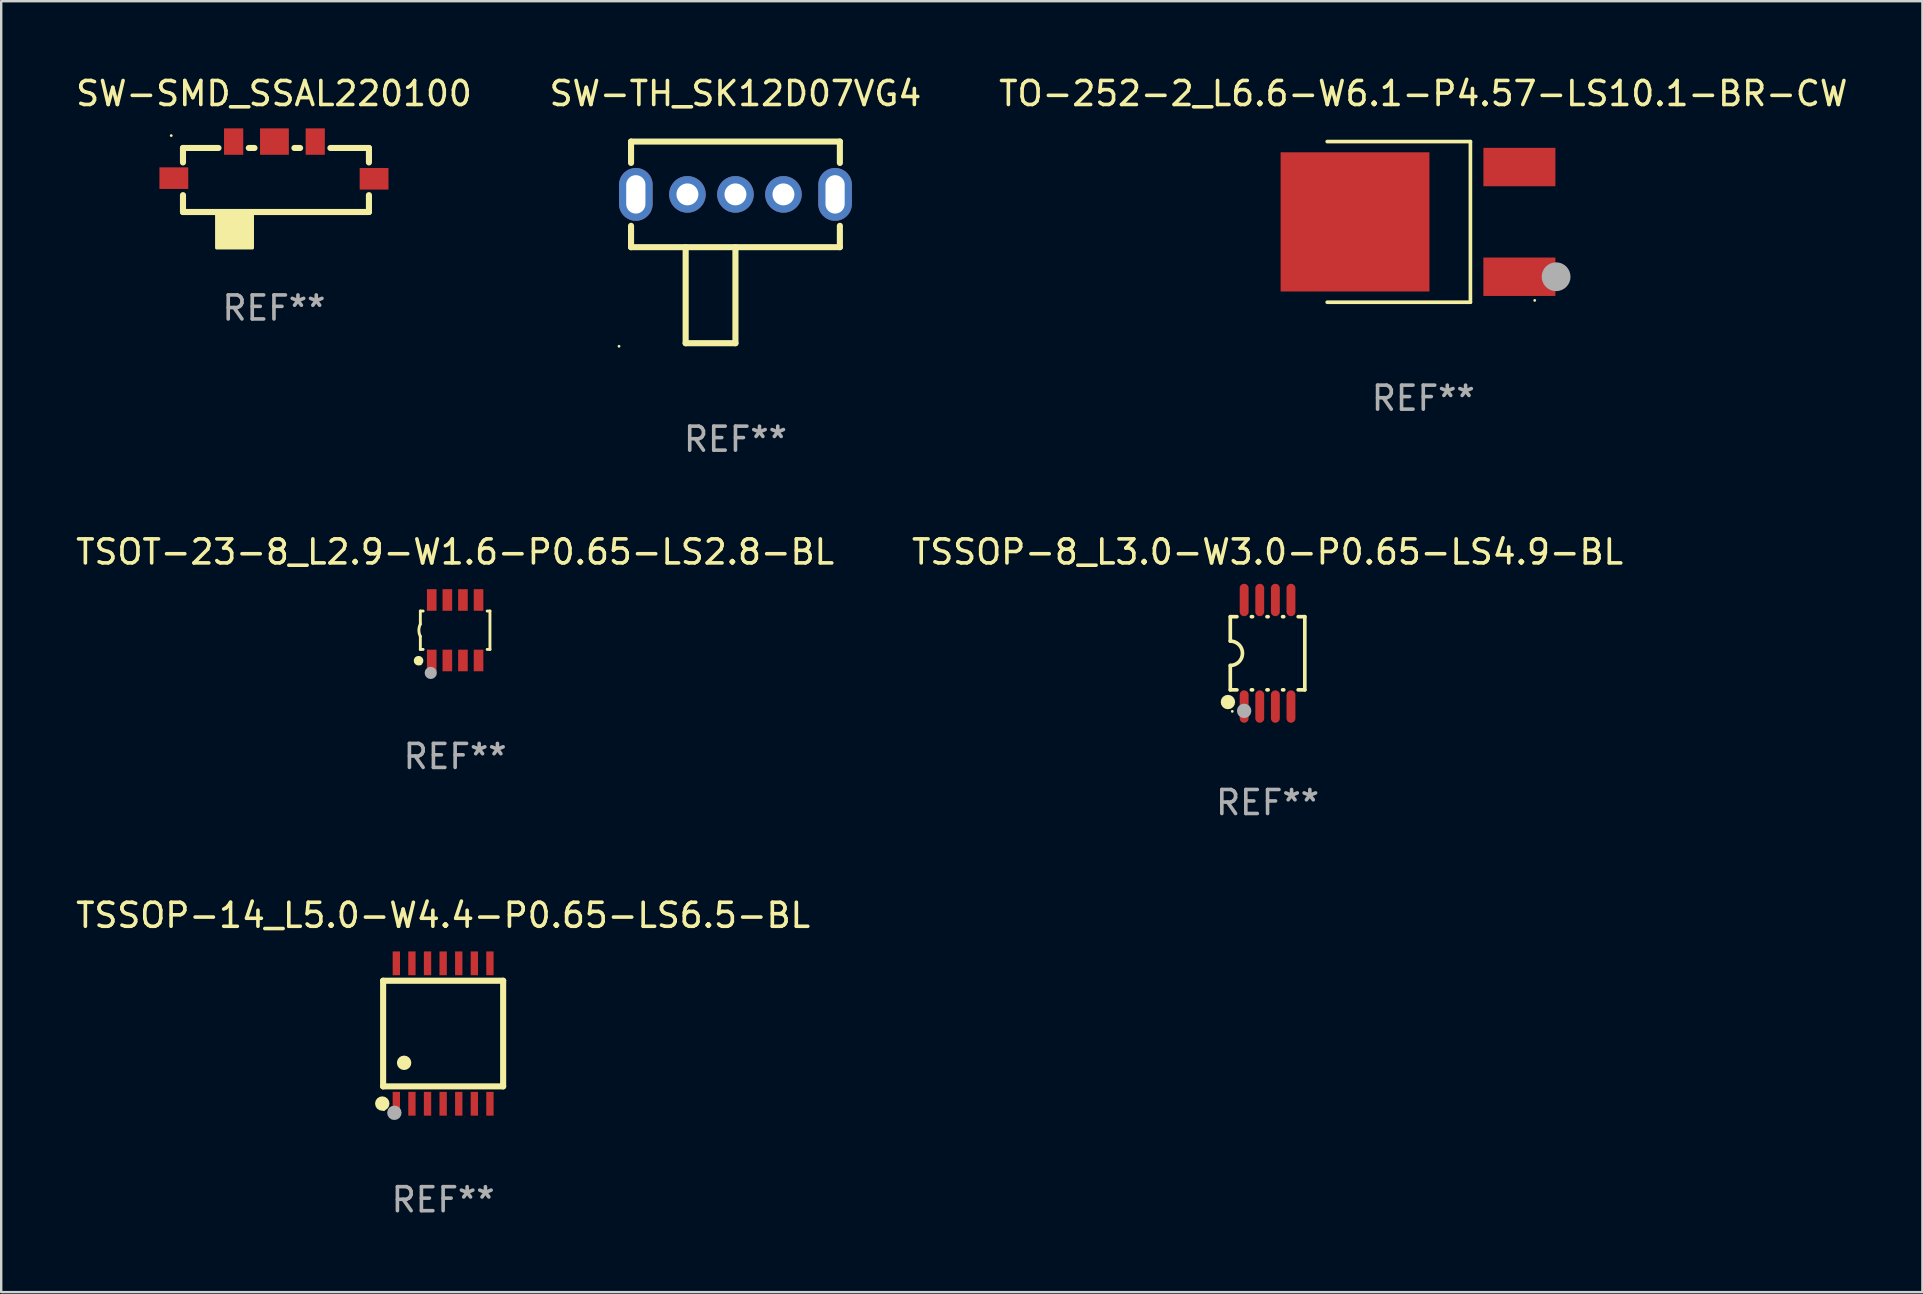
<source format=kicad_pcb>
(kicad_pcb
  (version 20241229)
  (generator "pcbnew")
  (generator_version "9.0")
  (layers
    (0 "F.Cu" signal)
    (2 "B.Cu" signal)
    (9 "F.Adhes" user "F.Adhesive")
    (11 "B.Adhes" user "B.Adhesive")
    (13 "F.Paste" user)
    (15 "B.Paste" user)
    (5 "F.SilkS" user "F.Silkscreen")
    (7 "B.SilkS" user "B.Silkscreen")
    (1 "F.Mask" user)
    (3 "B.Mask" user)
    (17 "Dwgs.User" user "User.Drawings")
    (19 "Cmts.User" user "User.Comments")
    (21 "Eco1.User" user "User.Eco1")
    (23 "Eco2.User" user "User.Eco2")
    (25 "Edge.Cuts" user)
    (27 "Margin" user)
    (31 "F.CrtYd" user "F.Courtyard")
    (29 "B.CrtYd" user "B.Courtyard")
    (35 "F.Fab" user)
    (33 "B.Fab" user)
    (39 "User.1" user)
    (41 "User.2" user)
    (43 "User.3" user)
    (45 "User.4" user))
  (footprint "SW-SMD_SSAL220100"
    (layer "F.Cu")
    (at 8.363 4.315)
    (property "Reference" "SW-SMD_SSAL220100" (at 0 -3.467 0) (layer "F.SilkS") (effects (font (size 1 1) (thickness 0.15))))
    (attr through_hole)
    (fp_line (start -3.79 -1.2) (end -3.79 -0.598) (stroke (width 0.254) (type solid)) (layer "F.SilkS"))
    (fp_line (start -3.79 0.764) (end -3.79 1.467) (stroke (width 0.254) (type solid)) (layer "F.SilkS"))
    (fp_line (start -3.79 1.467) (end 3.957 1.467) (stroke (width 0.254) (type solid)) (layer "F.SilkS"))
    (fp_line (start -2.311 -1.2) (end -3.79 -1.2) (stroke (width 0.254) (type solid)) (layer "F.SilkS"))
    (fp_line (start -0.811 -1.2) (end -1.048 -1.2) (stroke (width 0.254) (type solid)) (layer "F.SilkS"))
    (fp_line (start 1.089 -1.2) (end 0.852 -1.2) (stroke (width 0.254) (type solid)) (layer "F.SilkS"))
    (fp_line (start 3.957 -1.2) (end 2.352 -1.2) (stroke (width 0.254) (type solid)) (layer "F.SilkS"))
    (fp_line (start 3.957 -0.598) (end 3.957 -1.2) (stroke (width 0.254) (type solid)) (layer "F.SilkS"))
    (fp_line (start 3.957 1.467) (end 3.957 0.764) (stroke (width 0.254) (type solid)) (layer "F.SilkS"))
    (fp_circle (center -4.28 -1.717) (end -4.25 -1.717) (stroke (width 0.06) (type solid)) (fill no) (layer "F.SilkS"))
    (fp_poly (pts (xy -2.393 1.467) (xy -0.892 1.467) (xy -0.892 2.967) (xy -2.393 2.967)) (stroke (width 0.12) (type solid)) (fill yes) (layer "F.SilkS"))
    (fp_text user "REF**" (at 0 5.467 0) (layer "F.Fab") (effects (font (size 1 1) (thickness 0.15))))
    (pad "0" smd rect (at -4.171 0.057) (size 1.2 0.9) (layers "F.Cu" "F.Mask" "F.Paste"))
    (pad "0" smd rect (at 4.171 0.083) (size 1.2 0.9) (layers "F.Cu" "F.Mask" "F.Paste"))
    (pad "1" smd rect (at -1.68 -1.467) (size 0.8 1.1) (layers "F.Cu" "F.Mask" "F.Paste"))
    (pad "2" smd rect (at 0.02 -1.467) (size 1.2 1.1) (layers "F.Cu" "F.Mask" "F.Paste"))
    (pad "3" smd rect (at 1.72 -1.467) (size 0.8 1.1) (layers "F.Cu" "F.Mask" "F.Paste")))
  (footprint "TO-252-2_L6.6-W6.1-P4.57-LS10.1-BR-CW"
    (layer "F.Cu")
    (at 56.244 6.194)
    (property "Reference" "TO-252-2_L6.6-W6.1-P4.57-LS10.1-BR-CW" (at 0 -5.346 0) (layer "F.SilkS") (effects (font (size 1 1) (thickness 0.15))))
    (attr through_hole)
    (fp_line (start -4.004 -3.346) (end 1.963 -3.346) (stroke (width 0.152) (type solid)) (layer "F.SilkS"))
    (fp_line (start -4.004 3.346) (end 1.963 3.346) (stroke (width 0.152) (type solid)) (layer "F.SilkS"))
    (fp_line (start 1.963 3.346) (end 1.963 -3.346) (stroke (width 0.152) (type solid)) (layer "F.SilkS"))
    (fp_circle (center 4.642 3.27) (end 4.672 3.27) (stroke (width 0.06) (type solid)) (fill no) (layer "F.SilkS"))
    (fp_circle (center 5.533 2.285) (end 5.833 2.285) (stroke (width 0.6) (type solid)) (fill no) (layer "F.Fab"))
    (fp_text user "REF**" (at 0 7.346 0) (layer "F.Fab") (effects (font (size 1 1) (thickness 0.15))))
    (pad "1" smd rect (at 4.003 2.285) (size 3 1.6) (layers "F.Cu" "F.Mask" "F.Paste"))
    (pad "2" smd rect (at -2.844 -0.000076) (size 6.2 5.8) (layers "F.Cu" "F.Mask" "F.Paste"))
    (pad "3" smd rect (at 4.004 -2.285) (size 3 1.6) (layers "F.Cu" "F.Mask" "F.Paste")))
  (footprint "TSSOP-14_L5.0-W4.4-P0.65-LS6.5-BL"
    (layer "F.Cu")
    (at 15.411 40.007)
    (property "Reference" "TSSOP-14_L5.0-W4.4-P0.65-LS6.5-BL" (at 0 -4.925 0) (layer "F.SilkS") (effects (font (size 1 1) (thickness 0.15))))
    (attr through_hole)
    (fp_line (start -2.5 2.2) (end -2.5 -2.2) (stroke (width 0.254) (type solid)) (layer "F.SilkS"))
    (fp_line (start -2.5 2.2) (end 2.5 2.2) (stroke (width 0.254) (type solid)) (layer "F.SilkS"))
    (fp_line (start 2.5 -2.2) (end -2.5 -2.2) (stroke (width 0.254) (type solid)) (layer "F.SilkS"))
    (fp_line (start 2.5 -2.2) (end 2.5 2.2) (stroke (width 0.254) (type solid)) (layer "F.SilkS"))
    (fp_circle (center -2.536 2.917) (end -2.386 2.917) (stroke (width 0.3) (type solid)) (fill no) (layer "F.SilkS"))
    (fp_circle (center -2.47 3.17) (end -2.44 3.17) (stroke (width 0.06) (type solid)) (fill no) (layer "F.SilkS"))
    (fp_circle (center -1.626 1.219) (end -1.475 1.219) (stroke (width 0.3) (type solid)) (fill no) (layer "F.SilkS"))
    (fp_circle (center -2.032 3.302) (end -1.882 3.302) (stroke (width 0.3) (type solid)) (fill no) (layer "F.Fab"))
    (fp_text user "REF**" (at 0 6.925 0) (layer "F.Fab") (effects (font (size 1 1) (thickness 0.15))))
    (pad "1" smd rect (at -1.95 2.925) (size 0.305 0.991) (layers "F.Cu" "F.Mask" "F.Paste"))
    (pad "2" smd rect (at -1.3 2.925) (size 0.305 0.991) (layers "F.Cu" "F.Mask" "F.Paste"))
    (pad "3" smd rect (at -0.65 2.925) (size 0.305 0.991) (layers "F.Cu" "F.Mask" "F.Paste"))
    (pad "4" smd rect (at 0 2.925) (size 0.305 0.991) (layers "F.Cu" "F.Mask" "F.Paste"))
    (pad "5" smd rect (at 0.65 2.925) (size 0.305 0.991) (layers "F.Cu" "F.Mask" "F.Paste"))
    (pad "6" smd rect (at 1.3 2.925) (size 0.305 0.991) (layers "F.Cu" "F.Mask" "F.Paste"))
    (pad "7" smd rect (at 1.95 2.925) (size 0.305 0.991) (layers "F.Cu" "F.Mask" "F.Paste"))
    (pad "8" smd rect (at 1.95 -2.925) (size 0.305 0.991) (layers "F.Cu" "F.Mask" "F.Paste"))
    (pad "9" smd rect (at 1.3 -2.925) (size 0.305 0.991) (layers "F.Cu" "F.Mask" "F.Paste"))
    (pad "10" smd rect (at 0.65 -2.925) (size 0.305 0.991) (layers "F.Cu" "F.Mask" "F.Paste"))
    (pad "11" smd rect (at 0 -2.925) (size 0.305 0.991) (layers "F.Cu" "F.Mask" "F.Paste"))
    (pad "12" smd rect (at -0.65 -2.925) (size 0.305 0.991) (layers "F.Cu" "F.Mask" "F.Paste"))
    (pad "13" smd rect (at -1.3 -2.925) (size 0.305 0.991) (layers "F.Cu" "F.Mask" "F.Paste"))
    (pad "14" smd rect (at -1.95 -2.925) (size 0.305 0.991) (layers "F.Cu" "F.Mask" "F.Paste")))
  (footprint "TSSOP-8_L3.0-W3.0-P0.65-LS4.9-BL"
    (layer "F.Cu")
    (at 49.756 24.165)
    (property "Reference" "TSSOP-8_L3.0-W3.0-P0.65-LS4.9-BL" (at 0 -4.22 0) (layer "F.SilkS") (effects (font (size 1 1) (thickness 0.15))))
    (attr through_hole)
    (fp_line (start -1.552 -1.524) (end -1.276 -1.524) (stroke (width 0.152) (type solid)) (layer "F.SilkS"))
    (fp_line (start -1.552 -0.508) (end -1.552 -1.524) (stroke (width 0.152) (type solid)) (layer "F.SilkS"))
    (fp_line (start -1.552 1.524) (end -1.552 0.508) (stroke (width 0.152) (type solid)) (layer "F.SilkS"))
    (fp_line (start -1.552 1.524) (end -1.276 1.524) (stroke (width 0.152) (type solid)) (layer "F.SilkS"))
    (fp_line (start -0.674 -1.524) (end -0.626 -1.524) (stroke (width 0.152) (type solid)) (layer "F.SilkS"))
    (fp_line (start -0.674 1.524) (end -0.626 1.524) (stroke (width 0.152) (type solid)) (layer "F.SilkS"))
    (fp_line (start -0.024 -1.524) (end 0.024 -1.524) (stroke (width 0.152) (type solid)) (layer "F.SilkS"))
    (fp_line (start -0.024 1.524) (end 0.024 1.524) (stroke (width 0.152) (type solid)) (layer "F.SilkS"))
    (fp_line (start 0.626 -1.524) (end 0.674 -1.524) (stroke (width 0.152) (type solid)) (layer "F.SilkS"))
    (fp_line (start 0.626 1.524) (end 0.674 1.524) (stroke (width 0.152) (type solid)) (layer "F.SilkS"))
    (fp_line (start 1.276 1.524) (end 1.552 1.524) (stroke (width 0.152) (type solid)) (layer "F.SilkS"))
    (fp_line (start 1.276 -1.524) (end 1.552 -1.524) (stroke (width 0.152) (type solid)) (layer "F.SilkS"))
    (fp_line (start 1.552 -1.524) (end 1.552 1.524) (stroke (width 0.152) (type solid)) (layer "F.SilkS"))
    (fp_arc (start -1.551943 -0.508001) (mid -1.043942 0) (end -1.551943 0.508001) (stroke (width 0.151994) (type solid)) (layer "F.SilkS"))
    (fp_circle (center -1.651 2.032) (end -1.501 2.032) (stroke (width 0.3) (type solid)) (fill no) (layer "F.SilkS"))
    (fp_circle (center -1.47 2.42) (end -1.44 2.42) (stroke (width 0.06) (type solid)) (fill no) (layer "F.SilkS"))
    (fp_circle (center -0.975 2.4) (end -0.825 2.4) (stroke (width 0.3) (type solid)) (fill no) (layer "F.Fab"))
    (fp_text user "REF**" (at 0 6.22 0) (layer "F.Fab") (effects (font (size 1 1) (thickness 0.15))))
    (pad "1" smd oval (at -0.975 2.22) (size 0.37 1.35) (layers "F.Cu" "F.Mask" "F.Paste"))
    (pad "2" smd oval (at -0.325 2.22) (size 0.37 1.35) (layers "F.Cu" "F.Mask" "F.Paste"))
    (pad "3" smd oval (at 0.325 2.22) (size 0.37 1.35) (layers "F.Cu" "F.Mask" "F.Paste"))
    (pad "4" smd oval (at 0.975 2.22) (size 0.37 1.35) (layers "F.Cu" "F.Mask" "F.Paste"))
    (pad "5" smd oval (at 0.975 -2.22) (size 0.37 1.35) (layers "F.Cu" "F.Mask" "F.Paste"))
    (pad "6" smd oval (at 0.325 -2.22) (size 0.37 1.35) (layers "F.Cu" "F.Mask" "F.Paste"))
    (pad "7" smd oval (at -0.325 -2.22) (size 0.37 1.35) (layers "F.Cu" "F.Mask" "F.Paste"))
    (pad "8" smd oval (at -0.975 -2.22) (size 0.37 1.35) (layers "F.Cu" "F.Mask" "F.Paste")))
  (footprint "TSOT-23-8_L2.9-W1.6-P0.65-LS2.8-BL"
    (layer "F.Cu")
    (at 15.911 23.205)
    (property "Reference" "TSOT-23-8_L2.9-W1.6-P0.65-LS2.8-BL" (at 0 -3.26 0) (layer "F.SilkS") (effects (font (size 1 1) (thickness 0.15))))
    (attr through_hole)
    (fp_line (start -1.45 -0.8) (end -1.45 -0.254) (stroke (width 0.12) (type solid)) (layer "F.SilkS"))
    (fp_line (start -1.45 -0.8) (end -1.334 -0.8) (stroke (width 0.12) (type solid)) (layer "F.SilkS"))
    (fp_line (start -1.45 0.8) (end -1.45 0.254) (stroke (width 0.12) (type solid)) (layer "F.SilkS"))
    (fp_line (start -1.45 0.8) (end -1.334 0.8) (stroke (width 0.12) (type solid)) (layer "F.SilkS"))
    (fp_line (start 1.334 -0.8) (end 1.45 -0.8) (stroke (width 0.12) (type solid)) (layer "F.SilkS"))
    (fp_line (start 1.334 0.8) (end 1.45 0.8) (stroke (width 0.12) (type solid)) (layer "F.SilkS"))
    (fp_line (start 1.45 0.8) (end 1.45 -0.8) (stroke (width 0.12) (type solid)) (layer "F.SilkS"))
    (fp_arc (start -1.45075 0.255144) (mid -1.510605 0.000434) (end -1.450013 -0.254102) (stroke (width 0.11999) (type solid)) (layer "F.SilkS"))
    (fp_circle (center -1.524 1.27) (end -1.424 1.27) (stroke (width 0.2) (type solid)) (fill no) (layer "F.SilkS"))
    (fp_circle (center -1.45 1.4) (end -1.42 1.4) (stroke (width 0.06) (type solid)) (fill no) (layer "F.SilkS"))
    (fp_circle (center -1.016 1.778) (end -0.889 1.778) (stroke (width 0.254) (type solid)) (fill no) (layer "F.Fab"))
    (fp_text user "REF**" (at 0 5.26 0) (layer "F.Fab") (effects (font (size 1 1) (thickness 0.15))))
    (pad "1" smd rect (at -0.975 1.26) (size 0.4 0.9) (layers "F.Cu" "F.Mask" "F.Paste"))
    (pad "2" smd rect (at -0.325 1.26) (size 0.4 0.9) (layers "F.Cu" "F.Mask" "F.Paste"))
    (pad "3" smd rect (at 0.325 1.26) (size 0.4 0.9) (layers "F.Cu" "F.Mask" "F.Paste"))
    (pad "4" smd rect (at 0.975 1.26) (size 0.4 0.9) (layers "F.Cu" "F.Mask" "F.Paste"))
    (pad "5" smd rect (at 0.975 -1.26) (size 0.4 0.9) (layers "F.Cu" "F.Mask" "F.Paste"))
    (pad "6" smd rect (at 0.325 -1.26) (size 0.4 0.9) (layers "F.Cu" "F.Mask" "F.Paste"))
    (pad "7" smd rect (at -0.325 -1.26) (size 0.4 0.9) (layers "F.Cu" "F.Mask" "F.Paste"))
    (pad "8" smd rect (at -0.975 -1.26) (size 0.4 0.9) (layers "F.Cu" "F.Mask" "F.Paste")))
  (footprint "SW-TH_SK12D07VG4"
    (layer "F.Cu")
    (at 27.589 7.048)
    (property "Reference" "SW-TH_SK12D07VG4" (at 0 -6.2 0) (layer "F.SilkS") (effects (font (size 1 1) (thickness 0.15))))
    (attr through_hole)
    (fp_line (start -4.351 -4.2) (end 4.35 -4.2) (stroke (width 0.254) (type solid)) (layer "F.SilkS"))
    (fp_line (start -4.35 -3.31) (end -4.35 -4.2) (stroke (width 0.254) (type solid)) (layer "F.SilkS"))
    (fp_line (start -4.35 0.199) (end -4.35 -0.69) (stroke (width 0.254) (type solid)) (layer "F.SilkS"))
    (fp_line (start -2.075 0.2) (end -2.075 4.2) (stroke (width 0.254) (type solid)) (layer "F.SilkS"))
    (fp_line (start -2.075 4.2) (end -0.001 4.2) (stroke (width 0.254) (type solid)) (layer "F.SilkS"))
    (fp_line (start -0.001 4.2) (end -0.001 0.2) (stroke (width 0.254) (type solid)) (layer "F.SilkS"))
    (fp_line (start 4.35 -4.2) (end 4.35 -3.309) (stroke (width 0.254) (type solid)) (layer "F.SilkS"))
    (fp_line (start 4.35 -0.691) (end 4.35 0.199) (stroke (width 0.254) (type solid)) (layer "F.SilkS"))
    (fp_line (start 4.351 0.199) (end -4.35 0.199) (stroke (width 0.254) (type solid)) (layer "F.SilkS"))
    (fp_circle (center -4.851 4.327) (end -4.821 4.327) (stroke (width 0.06) (type solid)) (fill no) (layer "F.SilkS"))
    (fp_text user "REF**" (at 0 8.2 0) (layer "F.Fab") (effects (font (size 1 1) (thickness 0.15))))
    (pad "1" thru_hole circle (at -2.001 -2) (size 1.524 1.524) (drill 0.914) (layers "*.Cu" "*.Mask"))
    (pad "2" thru_hole circle (at -0.001 -2) (size 1.524 1.524) (drill 0.914) (layers "*.Cu" "*.Mask"))
    (pad "3" thru_hole circle (at 1.999 -2) (size 1.524 1.524) (drill 0.914) (layers "*.Cu" "*.Mask"))
    (pad "4" thru_hole oval (at 4.15 -2) (size 1.4 2.2) (drill oval 0.8 1.6) (layers "*.Cu" "*.Mask"))
    (pad "5" thru_hole oval (at -4.151 -2) (size 1.4 2.2) (drill oval 0.8 1.6) (layers "*.Cu" "*.Mask")))
  (gr_rect
    (start -3 -3)
    (end 77.036 50.78)
    (stroke (width 0.1) (type default))
    (fill no)
    (layer "Edge.Cuts")))
</source>
